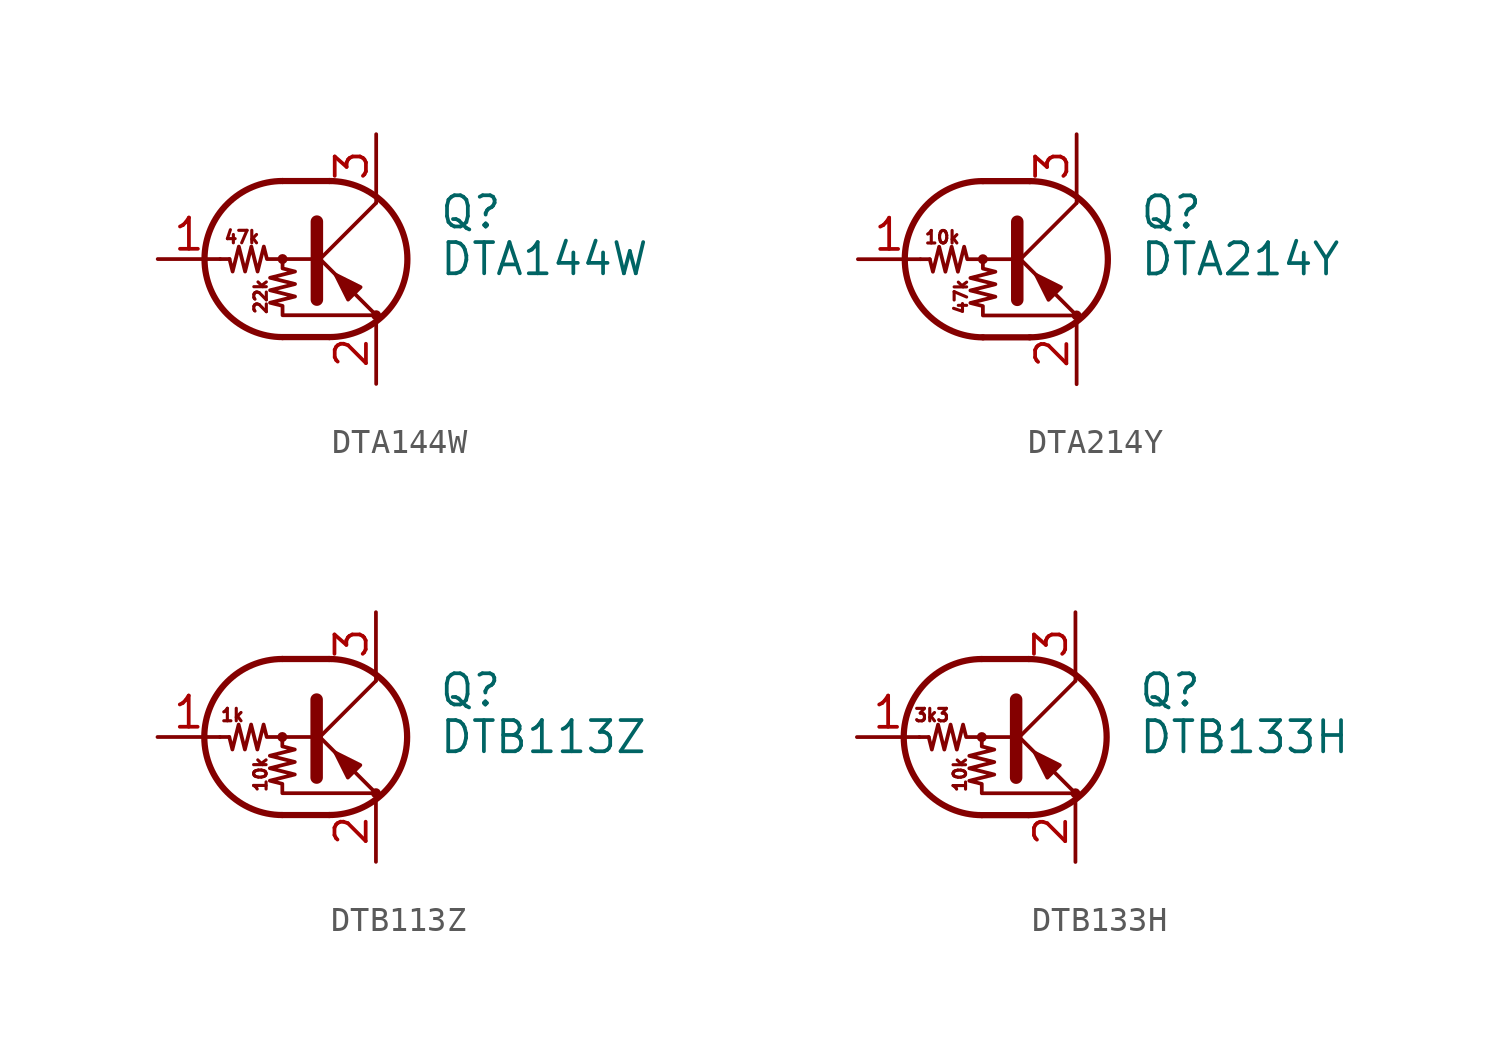
<source format=kicad_sym>
(kicad_symbol_lib
  (version 20241209)
  (generator "kicad_symbol_editor")
  (generator_version "9.0")
  (symbol "DTA144W"
    (pin_names
      (offset 0)
      (hide yes))
    (property "Reference" "Q"
      (at 5.08 1.905 0)
      (effects (font (size 1.27 1.27)) (justify left)))
    (property "Value" "DTA144W"
      (at 5.08 0 0)
      (effects (font (size 1.27 1.27)) (justify left)))
    (symbol "DTA144W_0_0"
      (text "47k" (at -2.921 0.889 0) (effects (font (size 0.508 0.508))))
      (text "22k" (at -2.159 -1.524 900) (effects (font (size 0.508 0.508)))))
    (symbol "DTA144W_0_1"
      (polyline (pts (xy -3.429 0) (xy -3.81 0)) (stroke (width 0) (type default)) (fill (type none)))
      (polyline (pts (xy -1.27 3.175) (xy 0.635 3.175)) (stroke (width 0.254) (type default)) (fill (type none)))
      (circle (center -1.27 0) (radius 0.127) (stroke (width 0) (type default)) (fill (type none)))
      (polyline (pts (xy -1.27 0) (xy -1.27 -0.381) (xy -0.762 -0.508) (xy -1.778 -0.762) (xy -0.762 -1.016) (xy -1.778 -1.27) (xy -0.762 -1.524) (xy -1.778 -1.778) (xy -1.27 -1.905) (xy -1.27 -2.286) (xy 2.54 -2.286)) (stroke (width 0) (type default)) (fill (type none)))
      (polyline (pts (xy -1.27 -3.175) (xy 0.635 -3.175)) (stroke (width 0.254) (type default)) (fill (type none)))
      (arc (start -1.27 -3.175) (mid -4.4312 0) (end -1.27 3.175) (stroke (width 0.254) (type default)) (fill (type none)))
      (polyline (pts (xy 0 0) (xy -1.905 0) (xy -2.032 0.508) (xy -2.286 -0.508) (xy -2.54 0.508) (xy -2.794 -0.508) (xy -3.048 0.508) (xy -3.302 -0.508) (xy -3.429 0)) (stroke (width 0) (type default)) (fill (type none)))
      (polyline (pts (xy 0 -0.254) (xy 2.54 2.286)) (stroke (width 0) (type default)) (fill (type none)))
      (polyline (pts (xy 0.127 1.524) (xy 0.127 -1.651)) (stroke (width 0.508) (type default)) (fill (type outline)))
      (arc (start 0.635 3.175) (mid 3.7962 0) (end 0.635 -3.175) (stroke (width 0.254) (type default)) (fill (type none)))
      (polyline (pts (xy 1.397 -1.651) (xy 1.905 -1.143) (xy 0.889 -0.635) (xy 1.397 -1.651)) (stroke (width 0) (type default)) (fill (type outline)))
      (polyline (pts (xy 2.54 2.286) (xy 2.54 2.54)) (stroke (width 0) (type default)) (fill (type none)))
      (polyline (pts (xy 2.54 -2.286) (xy 0 0.254) (xy 0 0.254)) (stroke (width 0) (type default)) (fill (type none)))
      (circle (center 2.54 -2.286) (radius 0.127) (stroke (width 0) (type default)) (fill (type none))))
    (symbol "DTA144W_1_1"
      (pin input line (at -6.35 0 0) (length 2.54) (name "B" (effects (font (size 1.27 1.27)))) (number "1" (effects (font (size 1.27 1.27)))))
      (pin passive line (at 2.54 5.08 270) (length 2.54) (name "C" (effects (font (size 1.27 1.27)))) (number "3" (effects (font (size 1.27 1.27)))))
      (pin passive line (at 2.54 -5.08 90) (length 2.54) (name "E" (effects (font (size 1.27 1.27)))) (number "2" (effects (font (size 1.27 1.27)))))))
  (symbol "DTA214Y"
    (pin_names
      (offset 0)
      (hide yes))
    (property "Reference" "Q"
      (at 5.08 1.905 0)
      (effects (font (size 1.27 1.27)) (justify left)))
    (property "Value" "DTA214Y"
      (at 5.08 0 0)
      (effects (font (size 1.27 1.27)) (justify left)))
    (symbol "DTA214Y_0_0"
      (text "10k" (at -2.921 0.889 0) (effects (font (size 0.508 0.508))))
      (text "47k" (at -2.159 -1.524 900) (effects (font (size 0.508 0.508)))))
    (symbol "DTA214Y_0_1"
      (polyline (pts (xy -3.429 0) (xy -3.81 0)) (stroke (width 0) (type default)) (fill (type none)))
      (polyline (pts (xy -1.27 3.175) (xy 0.635 3.175)) (stroke (width 0.254) (type default)) (fill (type none)))
      (circle (center -1.27 0) (radius 0.127) (stroke (width 0) (type default)) (fill (type none)))
      (polyline (pts (xy -1.27 0) (xy -1.27 -0.381) (xy -0.762 -0.508) (xy -1.778 -0.762) (xy -0.762 -1.016) (xy -1.778 -1.27) (xy -0.762 -1.524) (xy -1.778 -1.778) (xy -1.27 -1.905) (xy -1.27 -2.286) (xy 2.54 -2.286)) (stroke (width 0) (type default)) (fill (type none)))
      (polyline (pts (xy -1.27 -3.175) (xy 0.635 -3.175)) (stroke (width 0.254) (type default)) (fill (type none)))
      (arc (start -1.27 -3.175) (mid -4.4312 0) (end -1.27 3.175) (stroke (width 0.254) (type default)) (fill (type none)))
      (polyline (pts (xy 0 0) (xy -1.905 0) (xy -2.032 0.508) (xy -2.286 -0.508) (xy -2.54 0.508) (xy -2.794 -0.508) (xy -3.048 0.508) (xy -3.302 -0.508) (xy -3.429 0)) (stroke (width 0) (type default)) (fill (type none)))
      (polyline (pts (xy 0 -0.254) (xy 2.54 2.286)) (stroke (width 0) (type default)) (fill (type none)))
      (polyline (pts (xy 0.127 1.524) (xy 0.127 -1.651)) (stroke (width 0.508) (type default)) (fill (type outline)))
      (arc (start 0.635 3.175) (mid 3.7962 0) (end 0.635 -3.175) (stroke (width 0.254) (type default)) (fill (type none)))
      (polyline (pts (xy 1.397 -1.651) (xy 1.905 -1.143) (xy 0.889 -0.635) (xy 1.397 -1.651)) (stroke (width 0) (type default)) (fill (type outline)))
      (polyline (pts (xy 2.54 2.286) (xy 2.54 2.54)) (stroke (width 0) (type default)) (fill (type none)))
      (polyline (pts (xy 2.54 -2.286) (xy 0 0.254) (xy 0 0.254)) (stroke (width 0) (type default)) (fill (type none)))
      (circle (center 2.54 -2.286) (radius 0.127) (stroke (width 0) (type default)) (fill (type none))))
    (symbol "DTA214Y_1_1"
      (pin input line (at -6.35 0 0) (length 2.54) (name "B" (effects (font (size 1.27 1.27)))) (number "1" (effects (font (size 1.27 1.27)))))
      (pin passive line (at 2.54 5.08 270) (length 2.54) (name "C" (effects (font (size 1.27 1.27)))) (number "3" (effects (font (size 1.27 1.27)))))
      (pin passive line (at 2.54 -5.08 90) (length 2.54) (name "E" (effects (font (size 1.27 1.27)))) (number "2" (effects (font (size 1.27 1.27)))))))
  (symbol "DTB113Z"
    (pin_names
      (offset 0)
      (hide yes))
    (property "Reference" "Q"
      (at 5.08 1.905 0)
      (effects (font (size 1.27 1.27)) (justify left)))
    (property "Value" "DTB113Z"
      (at 5.08 0 0)
      (effects (font (size 1.27 1.27)) (justify left)))
    (symbol "DTB113Z_0_0"
      (text "1k" (at -3.302 0.889 0) (effects (font (size 0.508 0.508))))
      (text "10k" (at -2.159 -1.524 900) (effects (font (size 0.508 0.508)))))
    (symbol "DTB113Z_0_1"
      (polyline (pts (xy -3.429 0) (xy -3.81 0)) (stroke (width 0) (type default)) (fill (type none)))
      (polyline (pts (xy -1.27 3.175) (xy 0.635 3.175)) (stroke (width 0.254) (type default)) (fill (type none)))
      (circle (center -1.27 0) (radius 0.127) (stroke (width 0) (type default)) (fill (type none)))
      (polyline (pts (xy -1.27 0) (xy -1.27 -0.381) (xy -0.762 -0.508) (xy -1.778 -0.762) (xy -0.762 -1.016) (xy -1.778 -1.27) (xy -0.762 -1.524) (xy -1.778 -1.778) (xy -1.27 -1.905) (xy -1.27 -2.286) (xy 2.54 -2.286)) (stroke (width 0) (type default)) (fill (type none)))
      (polyline (pts (xy -1.27 -3.175) (xy 0.635 -3.175)) (stroke (width 0.254) (type default)) (fill (type none)))
      (arc (start -1.27 -3.175) (mid -4.4312 0) (end -1.27 3.175) (stroke (width 0.254) (type default)) (fill (type none)))
      (polyline (pts (xy 0 0) (xy -1.905 0) (xy -2.032 0.508) (xy -2.286 -0.508) (xy -2.54 0.508) (xy -2.794 -0.508) (xy -3.048 0.508) (xy -3.302 -0.508) (xy -3.429 0)) (stroke (width 0) (type default)) (fill (type none)))
      (polyline (pts (xy 0 -0.254) (xy 2.54 2.286)) (stroke (width 0) (type default)) (fill (type none)))
      (polyline (pts (xy 0.127 1.524) (xy 0.127 -1.651)) (stroke (width 0.508) (type default)) (fill (type outline)))
      (arc (start 0.635 3.175) (mid 3.7962 0) (end 0.635 -3.175) (stroke (width 0.254) (type default)) (fill (type none)))
      (polyline (pts (xy 1.397 -1.651) (xy 1.905 -1.143) (xy 0.889 -0.635) (xy 1.397 -1.651)) (stroke (width 0) (type default)) (fill (type outline)))
      (polyline (pts (xy 2.54 2.286) (xy 2.54 2.54)) (stroke (width 0) (type default)) (fill (type none)))
      (polyline (pts (xy 2.54 -2.286) (xy 0 0.254) (xy 0 0.254)) (stroke (width 0) (type default)) (fill (type none)))
      (circle (center 2.54 -2.286) (radius 0.127) (stroke (width 0) (type default)) (fill (type none))))
    (symbol "DTB113Z_1_1"
      (pin input line (at -6.35 0 0) (length 2.54) (name "B" (effects (font (size 1.27 1.27)))) (number "1" (effects (font (size 1.27 1.27)))))
      (pin passive line (at 2.54 5.08 270) (length 2.54) (name "C" (effects (font (size 1.27 1.27)))) (number "3" (effects (font (size 1.27 1.27)))))
      (pin passive line (at 2.54 -5.08 90) (length 2.54) (name "E" (effects (font (size 1.27 1.27)))) (number "2" (effects (font (size 1.27 1.27)))))))
  (symbol "DTB133H"
    (pin_names
      (offset 0)
      (hide yes))
    (property "Reference" "Q"
      (at 5.08 1.905 0)
      (effects (font (size 1.27 1.27)) (justify left)))
    (property "Value" "DTB133H"
      (at 5.08 0 0)
      (effects (font (size 1.27 1.27)) (justify left)))
    (symbol "DTB133H_0_0"
      (text "3k3" (at -3.302 0.889 0) (effects (font (size 0.508 0.508))))
      (text "10k" (at -2.159 -1.524 900) (effects (font (size 0.508 0.508)))))
    (symbol "DTB133H_0_1"
      (polyline (pts (xy -3.429 0) (xy -3.81 0)) (stroke (width 0) (type default)) (fill (type none)))
      (polyline (pts (xy -1.27 3.175) (xy 0.635 3.175)) (stroke (width 0.254) (type default)) (fill (type none)))
      (circle (center -1.27 0) (radius 0.127) (stroke (width 0) (type default)) (fill (type none)))
      (polyline (pts (xy -1.27 0) (xy -1.27 -0.381) (xy -0.762 -0.508) (xy -1.778 -0.762) (xy -0.762 -1.016) (xy -1.778 -1.27) (xy -0.762 -1.524) (xy -1.778 -1.778) (xy -1.27 -1.905) (xy -1.27 -2.286) (xy 2.54 -2.286)) (stroke (width 0) (type default)) (fill (type none)))
      (polyline (pts (xy -1.27 -3.175) (xy 0.635 -3.175)) (stroke (width 0.254) (type default)) (fill (type none)))
      (arc (start -1.27 -3.175) (mid -4.4312 0) (end -1.27 3.175) (stroke (width 0.254) (type default)) (fill (type none)))
      (polyline (pts (xy 0 0) (xy -1.905 0) (xy -2.032 0.508) (xy -2.286 -0.508) (xy -2.54 0.508) (xy -2.794 -0.508) (xy -3.048 0.508) (xy -3.302 -0.508) (xy -3.429 0)) (stroke (width 0) (type default)) (fill (type none)))
      (polyline (pts (xy 0 -0.254) (xy 2.54 2.286)) (stroke (width 0) (type default)) (fill (type none)))
      (polyline (pts (xy 0.127 1.524) (xy 0.127 -1.651)) (stroke (width 0.508) (type default)) (fill (type outline)))
      (arc (start 0.635 3.175) (mid 3.7962 0) (end 0.635 -3.175) (stroke (width 0.254) (type default)) (fill (type none)))
      (polyline (pts (xy 1.397 -1.651) (xy 1.905 -1.143) (xy 0.889 -0.635) (xy 1.397 -1.651)) (stroke (width 0) (type default)) (fill (type outline)))
      (polyline (pts (xy 2.54 2.286) (xy 2.54 2.54)) (stroke (width 0) (type default)) (fill (type none)))
      (polyline (pts (xy 2.54 -2.286) (xy 0 0.254) (xy 0 0.254)) (stroke (width 0) (type default)) (fill (type none)))
      (circle (center 2.54 -2.286) (radius 0.127) (stroke (width 0) (type default)) (fill (type none))))
    (symbol "DTB133H_1_1"
      (pin input line (at -6.35 0 0) (length 2.54) (name "B" (effects (font (size 1.27 1.27)))) (number "1" (effects (font (size 1.27 1.27)))))
      (pin passive line (at 2.54 5.08 270) (length 2.54) (name "C" (effects (font (size 1.27 1.27)))) (number "3" (effects (font (size 1.27 1.27)))))
      (pin passive line (at 2.54 -5.08 90) (length 2.54) (name "E" (effects (font (size 1.27 1.27)))) (number "2" (effects (font (size 1.27 1.27))))))))
</source>
